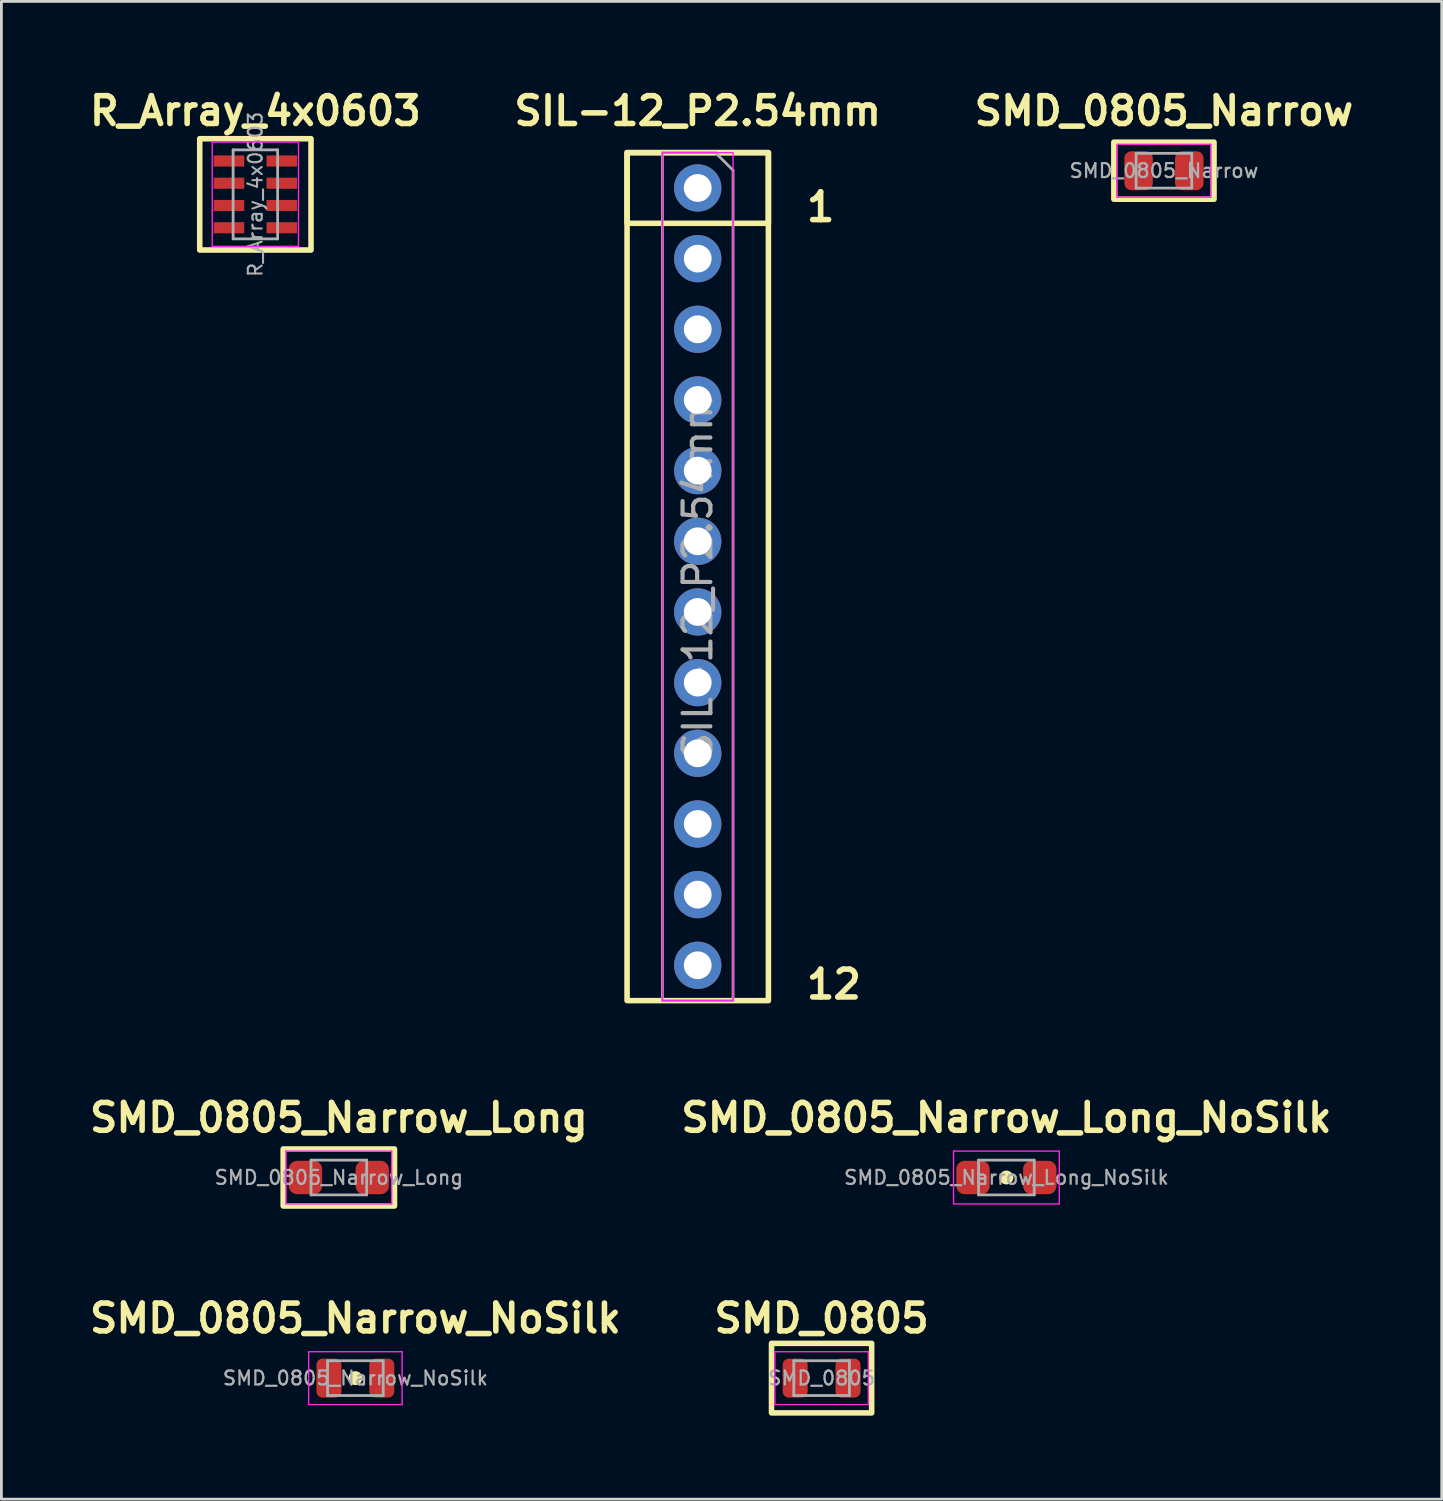
<source format=kicad_pcb>
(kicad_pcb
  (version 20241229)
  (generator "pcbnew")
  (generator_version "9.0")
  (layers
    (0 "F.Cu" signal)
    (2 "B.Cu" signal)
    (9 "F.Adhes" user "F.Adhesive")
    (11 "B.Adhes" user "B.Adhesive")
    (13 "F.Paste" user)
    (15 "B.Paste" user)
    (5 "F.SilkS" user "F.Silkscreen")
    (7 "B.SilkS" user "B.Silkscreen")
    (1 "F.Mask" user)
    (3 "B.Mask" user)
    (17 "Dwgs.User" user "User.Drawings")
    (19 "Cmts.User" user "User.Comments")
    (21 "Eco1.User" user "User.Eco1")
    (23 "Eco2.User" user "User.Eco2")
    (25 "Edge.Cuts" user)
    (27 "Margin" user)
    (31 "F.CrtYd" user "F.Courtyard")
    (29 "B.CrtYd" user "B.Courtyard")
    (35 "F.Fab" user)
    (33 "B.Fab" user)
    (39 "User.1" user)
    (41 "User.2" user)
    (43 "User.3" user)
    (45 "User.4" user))
  (footprint "SIL-12_P2.54mm"
    (layer "F.Cu")
    (at 22.029 3.706)
    (property "Reference" "SIL-12_P2.54mm" (at 0 -2.77 0) (layer "F.SilkS") (effects (font (size 1 1) (thickness 0.2) (bold yes))))
    (attr through_hole)
    (fp_rect (start 2.54 1.27) (end -2.54 -1.27) (stroke (width 0.2) (type default)) (fill no) (layer "F.SilkS"))
    (fp_rect (start 2.54 29.21) (end -2.54 -1.27) (stroke (width 0.2) (type default)) (fill no) (layer "F.SilkS"))
    (fp_rect (start 1.27 29.21) (end -1.27 -1.27) (stroke (width 0.05) (type default)) (fill no) (layer "F.CrtYd"))
    (fp_line (start -1.27 -1.27) (end 0.635 -1.27) (stroke (width 0.1) (type solid)) (layer "F.Fab"))
    (fp_line (start -1.27 29.21) (end -1.27 -1.27) (stroke (width 0.1) (type solid)) (layer "F.Fab"))
    (fp_line (start 0.635 -1.27) (end 1.27 -0.635) (stroke (width 0.1) (type solid)) (layer "F.Fab"))
    (fp_line (start 1.27 -0.635) (end 1.27 29.21) (stroke (width 0.1) (type solid)) (layer "F.Fab"))
    (fp_line (start 1.27 29.21) (end -1.27 29.21) (stroke (width 0.1) (type solid)) (layer "F.Fab"))
    (fp_text user "1" (at 3.81 1.27 0) (unlocked yes) (layer "F.SilkS") (effects (font (size 1 1) (thickness 0.2) (bold yes)) (justify left bottom)))
    (fp_text user "12" (at 3.81 29.21 0) (unlocked yes) (layer "F.SilkS") (effects (font (size 1 1) (thickness 0.2) (bold yes)) (justify left bottom)))
    (fp_text user "${REFERENCE}" (at 0 13.97 90) (layer "F.Fab") (effects (font (size 1 1) (thickness 0.15))))
    (pad "1" thru_hole oval (at 0 0) (size 1.7 1.7) (drill 1) (layers "*.Cu" "*.Mask"))
    (pad "2" thru_hole oval (at 0 2.54) (size 1.7 1.7) (drill 1) (layers "*.Cu" "*.Mask"))
    (pad "3" thru_hole oval (at 0 5.08) (size 1.7 1.7) (drill 1) (layers "*.Cu" "*.Mask"))
    (pad "4" thru_hole oval (at 0 7.62) (size 1.7 1.7) (drill 1) (layers "*.Cu" "*.Mask"))
    (pad "5" thru_hole oval (at 0 10.16) (size 1.7 1.7) (drill 1) (layers "*.Cu" "*.Mask"))
    (pad "6" thru_hole oval (at 0 12.7) (size 1.7 1.7) (drill 1) (layers "*.Cu" "*.Mask"))
    (pad "7" thru_hole oval (at 0 15.24) (size 1.7 1.7) (drill 1) (layers "*.Cu" "*.Mask"))
    (pad "8" thru_hole oval (at 0 17.78) (size 1.7 1.7) (drill 1) (layers "*.Cu" "*.Mask"))
    (pad "9" thru_hole oval (at 0 20.32) (size 1.7 1.7) (drill 1) (layers "*.Cu" "*.Mask"))
    (pad "10" thru_hole oval (at 0 22.86) (size 1.7 1.7) (drill 1) (layers "*.Cu" "*.Mask"))
    (pad "11" thru_hole oval (at 0 25.4) (size 1.7 1.7) (drill 1) (layers "*.Cu" "*.Mask"))
    (pad "12" thru_hole oval (at 0 27.94) (size 1.7 1.7) (drill 1) (layers "*.Cu" "*.Mask")))
  (footprint "R_Array_4x0603"
    (layer "F.Cu")
    (at 6.129 3.936)
    (property "Reference" "R_Array_4x0603" (at 0 -3 0) (layer "F.SilkS") (effects (font (size 1 1) (thickness 0.2) (bold yes))))
    (attr smd)
    (fp_rect (start -2 -2) (end 2 2) (stroke (width 0.2) (type default)) (fill no) (layer "F.SilkS"))
    (fp_line (start -1.55 -1.88) (end -1.55 1.87) (stroke (width 0.05) (type solid)) (layer "F.CrtYd"))
    (fp_line (start -1.55 -1.88) (end 1.55 -1.88) (stroke (width 0.05) (type solid)) (layer "F.CrtYd"))
    (fp_line (start 1.55 1.87) (end -1.55 1.87) (stroke (width 0.05) (type solid)) (layer "F.CrtYd"))
    (fp_line (start 1.55 1.87) (end 1.55 -1.88) (stroke (width 0.05) (type solid)) (layer "F.CrtYd"))
    (fp_line (start -0.8 -1.6) (end 0.8 -1.6) (stroke (width 0.1) (type solid)) (layer "F.Fab"))
    (fp_line (start -0.8 1.6) (end -0.8 -1.6) (stroke (width 0.1) (type solid)) (layer "F.Fab"))
    (fp_line (start 0.8 -1.6) (end 0.8 1.6) (stroke (width 0.1) (type solid)) (layer "F.Fab"))
    (fp_line (start 0.8 1.6) (end -0.8 1.6) (stroke (width 0.1) (type solid)) (layer "F.Fab"))
    (fp_text user "${REFERENCE}" (at 0 0 90) (layer "F.Fab") (effects (font (size 0.5 0.5) (thickness 0.075))))
    (pad "1" smd rect (at -0.95 -1.2) (size 1.1 0.4) (layers "F.Cu" "F.Mask" "F.Paste"))
    (pad "2" smd rect (at -0.95 -0.4) (size 1.1 0.4) (layers "F.Cu" "F.Mask" "F.Paste"))
    (pad "3" smd rect (at -0.95 0.4) (size 1.1 0.4) (layers "F.Cu" "F.Mask" "F.Paste"))
    (pad "4" smd rect (at -0.95 1.2) (size 1.1 0.4) (layers "F.Cu" "F.Mask" "F.Paste"))
    (pad "5" smd rect (at 0.95 1.2) (size 1.1 0.4) (layers "F.Cu" "F.Mask" "F.Paste"))
    (pad "6" smd rect (at 0.95 0.4) (size 1.1 0.4) (layers "F.Cu" "F.Mask" "F.Paste"))
    (pad "7" smd rect (at 0.95 -0.4) (size 1.1 0.4) (layers "F.Cu" "F.Mask" "F.Paste"))
    (pad "8" smd rect (at 0.95 -1.2) (size 1.1 0.4) (layers "F.Cu" "F.Mask" "F.Paste")))
  (footprint "SMD_0805"
    (layer "F.Cu")
    (at 26.481 46.485)
    (property "Reference" "SMD_0805" (at 0 -2.15 0) (unlocked yes) (layer "F.SilkS") (effects (font (size 1 1) (thickness 0.2) (bold yes))))
    (attr smd)
    (fp_rect (start -1.8 -1.25) (end 1.8 1.25) (stroke (width 0.2) (type default)) (fill no) (layer "F.SilkS"))
    (fp_line (start -1.68 -0.95) (end 1.68 -0.95) (stroke (width 0.05) (type solid)) (layer "F.CrtYd"))
    (fp_line (start -1.68 0.95) (end -1.68 -0.95) (stroke (width 0.05) (type solid)) (layer "F.CrtYd"))
    (fp_line (start 1.68 -0.95) (end 1.68 0.95) (stroke (width 0.05) (type solid)) (layer "F.CrtYd"))
    (fp_line (start 1.68 0.95) (end -1.68 0.95) (stroke (width 0.05) (type solid)) (layer "F.CrtYd"))
    (fp_line (start -1 -0.625) (end 1 -0.625) (stroke (width 0.1) (type solid)) (layer "F.Fab"))
    (fp_line (start -1 0.625) (end -1 -0.625) (stroke (width 0.1) (type solid)) (layer "F.Fab"))
    (fp_line (start 1 -0.625) (end 1 0.625) (stroke (width 0.1) (type solid)) (layer "F.Fab"))
    (fp_line (start 1 0.625) (end -1 0.625) (stroke (width 0.1) (type solid)) (layer "F.Fab"))
    (fp_text user "${REFERENCE}" (at 0 0 0) (layer "F.Fab") (effects (font (size 0.5 0.5) (thickness 0.08))))
    (pad "1" smd roundrect (at -0.95 0) (size 0.9 1.4) (layers "F.Cu" "F.Mask" "F.Paste") (roundrect_rratio 0.244))
    (pad "2" smd roundrect (at 0.95 0) (size 0.9 1.4) (layers "F.Cu" "F.Mask" "F.Paste") (roundrect_rratio 0.244)))
  (footprint "SMD_0805_Narrow_NoSilk"
    (layer "F.Cu")
    (at 9.724 46.485)
    (property "Reference" "SMD_0805_Narrow_NoSilk" (at 0 -2.15 0) (unlocked yes) (layer "F.SilkS") (effects (font (size 1 1) (thickness 0.2) (bold yes))))
    (attr smd)
    (fp_circle (center 0 0) (end 0.15 0) (stroke (width 0.2) (type solid)) (fill yes) (layer "F.SilkS"))
    (fp_line (start -1.68 -0.95) (end 1.68 -0.95) (stroke (width 0.05) (type solid)) (layer "F.CrtYd"))
    (fp_line (start -1.68 0.95) (end -1.68 -0.95) (stroke (width 0.05) (type solid)) (layer "F.CrtYd"))
    (fp_line (start 1.68 -0.95) (end 1.68 0.95) (stroke (width 0.05) (type solid)) (layer "F.CrtYd"))
    (fp_line (start 1.68 0.95) (end -1.68 0.95) (stroke (width 0.05) (type solid)) (layer "F.CrtYd"))
    (fp_line (start -1 -0.625) (end 1 -0.625) (stroke (width 0.1) (type solid)) (layer "F.Fab"))
    (fp_line (start -1 0.625) (end -1 -0.625) (stroke (width 0.1) (type solid)) (layer "F.Fab"))
    (fp_line (start 1 -0.625) (end 1 0.625) (stroke (width 0.1) (type solid)) (layer "F.Fab"))
    (fp_line (start 1 0.625) (end -1 0.625) (stroke (width 0.1) (type solid)) (layer "F.Fab"))
    (fp_text user "${REFERENCE}" (at 0 0 0) (layer "F.Fab") (effects (font (size 0.5 0.5) (thickness 0.08))))
    (pad "1" smd roundrect (at -0.95 0) (size 0.9 1.4) (layers "F.Cu" "F.Mask" "F.Paste") (roundrect_rratio 0.244))
    (pad "2" smd roundrect (at 0.95 0) (size 0.9 1.4) (layers "F.Cu" "F.Mask" "F.Paste") (roundrect_rratio 0.244)))
  (footprint "SMD_0805_Narrow"
    (layer "F.Cu")
    (at 38.786 3.086)
    (property "Reference" "SMD_0805_Narrow" (at 0 -2.15 0) (layer "F.SilkS") (effects (font (size 1 1) (thickness 0.2) (bold yes))))
    (attr smd)
    (fp_rect (start -1.8 -1.025) (end 1.8 1.025) (stroke (width 0.2) (type default)) (fill no) (layer "F.SilkS"))
    (fp_line (start -1.68 -0.95) (end 1.68 -0.95) (stroke (width 0.05) (type solid)) (layer "F.CrtYd"))
    (fp_line (start -1.68 0.95) (end -1.68 -0.95) (stroke (width 0.05) (type solid)) (layer "F.CrtYd"))
    (fp_line (start 1.68 -0.95) (end 1.68 0.95) (stroke (width 0.05) (type solid)) (layer "F.CrtYd"))
    (fp_line (start 1.68 0.95) (end -1.68 0.95) (stroke (width 0.05) (type solid)) (layer "F.CrtYd"))
    (fp_line (start -1 -0.625) (end 1 -0.625) (stroke (width 0.1) (type solid)) (layer "F.Fab"))
    (fp_line (start -1 0.625) (end -1 -0.625) (stroke (width 0.1) (type solid)) (layer "F.Fab"))
    (fp_line (start 1 -0.625) (end 1 0.625) (stroke (width 0.1) (type solid)) (layer "F.Fab"))
    (fp_line (start 1 0.625) (end -1 0.625) (stroke (width 0.1) (type solid)) (layer "F.Fab"))
    (fp_text user "${REFERENCE}" (at 0 0 0) (layer "F.Fab") (effects (font (size 0.5 0.5) (thickness 0.08))))
    (pad "1" smd roundrect (at -0.912 0) (size 1.025 1.4) (layers "F.Cu" "F.Mask" "F.Paste") (roundrect_rratio 0.244))
    (pad "2" smd roundrect (at 0.912 0) (size 1.025 1.4) (layers "F.Cu" "F.Mask" "F.Paste") (roundrect_rratio 0.244)))
  (footprint "SMD_0805_Narrow_Long_NoSilk"
    (layer "F.Cu")
    (at 33.124 39.274)
    (property "Reference" "SMD_0805_Narrow_Long_NoSilk" (at 0 -2.15 0) (unlocked yes) (layer "F.SilkS") (effects (font (size 1 1) (thickness 0.2) (bold yes))))
    (attr smd)
    (fp_circle (center 0 0) (end 0.15 0) (stroke (width 0.2) (type solid)) (fill yes) (layer "F.SilkS"))
    (fp_line (start -1.9 -0.95) (end 1.9 -0.95) (stroke (width 0.05) (type solid)) (layer "F.CrtYd"))
    (fp_line (start -1.9 0.95) (end -1.9 -0.95) (stroke (width 0.05) (type solid)) (layer "F.CrtYd"))
    (fp_line (start 1.9 -0.95) (end 1.9 0.95) (stroke (width 0.05) (type solid)) (layer "F.CrtYd"))
    (fp_line (start 1.9 0.95) (end -1.9 0.95) (stroke (width 0.05) (type solid)) (layer "F.CrtYd"))
    (fp_line (start -1 -0.625) (end 1 -0.625) (stroke (width 0.1) (type solid)) (layer "F.Fab"))
    (fp_line (start -1 0.625) (end -1 -0.625) (stroke (width 0.1) (type solid)) (layer "F.Fab"))
    (fp_line (start 1 -0.625) (end 1 0.625) (stroke (width 0.1) (type solid)) (layer "F.Fab"))
    (fp_line (start 1 0.625) (end -1 0.625) (stroke (width 0.1) (type solid)) (layer "F.Fab"))
    (fp_text user "${REFERENCE}" (at 0 0 0) (layer "F.Fab") (effects (font (size 0.5 0.5) (thickness 0.08))))
    (pad "1" smd roundrect (at -1.2 0) (size 1.2 1.2) (layers "F.Cu" "F.Mask" "F.Paste") (roundrect_rratio 0.244))
    (pad "2" smd roundrect (at 1.2 0) (size 1.2 1.2) (layers "F.Cu" "F.Mask" "F.Paste") (roundrect_rratio 0.244)))
  (footprint "SMD_0805_Narrow_Long"
    (layer "F.Cu")
    (at 9.129 39.274)
    (property "Reference" "SMD_0805_Narrow_Long" (at 0 -2.15 0) (unlocked yes) (layer "F.SilkS") (effects (font (size 1 1) (thickness 0.2) (bold yes))))
    (attr smd)
    (fp_rect (start -2 -1.025) (end 2 1.025) (stroke (width 0.2) (type default)) (fill no) (layer "F.SilkS"))
    (fp_line (start -1.9 -0.95) (end 1.9 -0.95) (stroke (width 0.05) (type solid)) (layer "F.CrtYd"))
    (fp_line (start -1.9 0.95) (end -1.9 -0.95) (stroke (width 0.05) (type solid)) (layer "F.CrtYd"))
    (fp_line (start 1.9 -0.95) (end 1.9 0.95) (stroke (width 0.05) (type solid)) (layer "F.CrtYd"))
    (fp_line (start 1.9 0.95) (end -1.9 0.95) (stroke (width 0.05) (type solid)) (layer "F.CrtYd"))
    (fp_line (start -1 -0.625) (end 1 -0.625) (stroke (width 0.1) (type solid)) (layer "F.Fab"))
    (fp_line (start -1 0.625) (end -1 -0.625) (stroke (width 0.1) (type solid)) (layer "F.Fab"))
    (fp_line (start 1 -0.625) (end 1 0.625) (stroke (width 0.1) (type solid)) (layer "F.Fab"))
    (fp_line (start 1 0.625) (end -1 0.625) (stroke (width 0.1) (type solid)) (layer "F.Fab"))
    (fp_text user "${REFERENCE}" (at 0 0 0) (layer "F.Fab") (effects (font (size 0.5 0.5) (thickness 0.08))))
    (pad "1" smd roundrect (at -1.2 0) (size 1.2 1.2) (layers "F.Cu" "F.Mask" "F.Paste") (roundrect_rratio 0.244))
    (pad "2" smd roundrect (at 1.2 0) (size 1.2 1.2) (layers "F.Cu" "F.Mask" "F.Paste") (roundrect_rratio 0.244)))
  (gr_rect
    (start -3 -3)
    (end 48.771 50.835)
    (stroke (width 0.1) (type default))
    (fill no)
    (layer "Edge.Cuts")))
</source>
